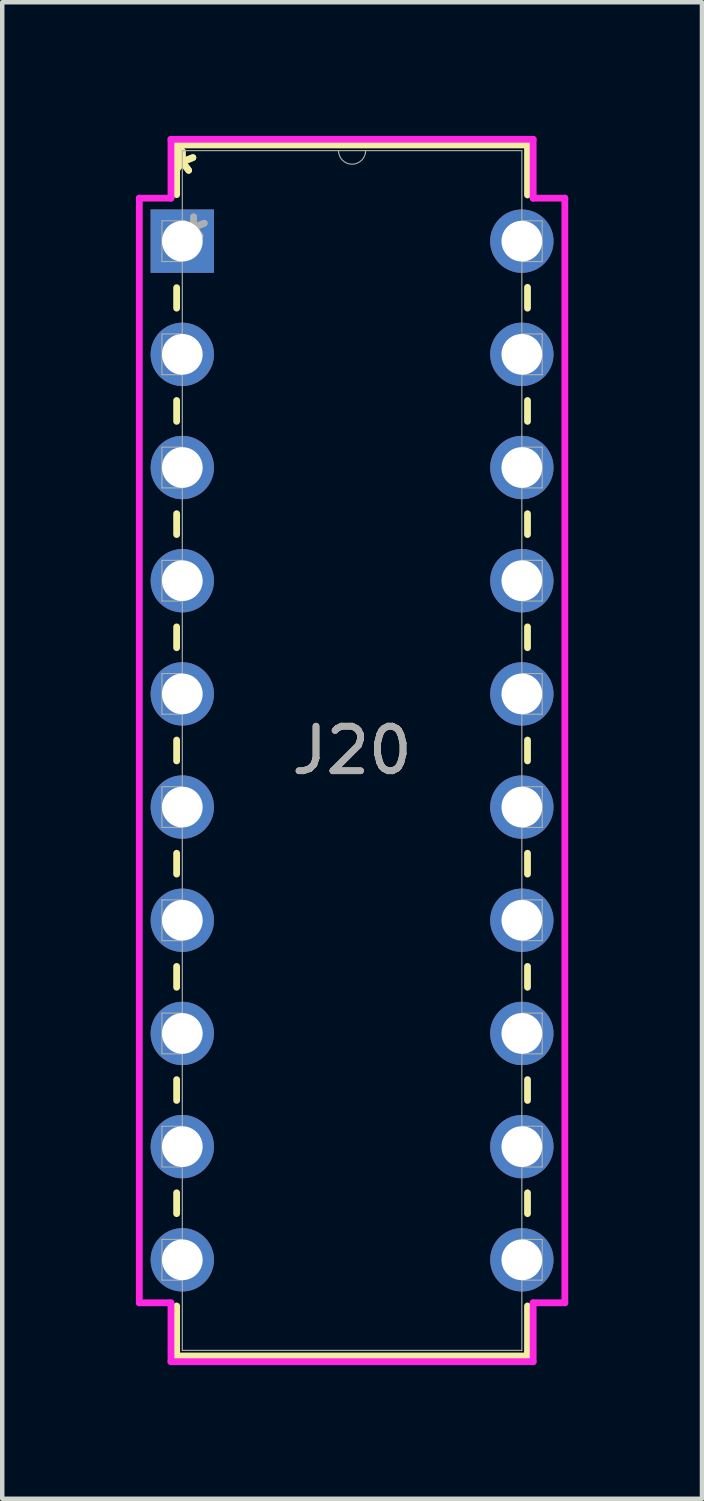
<source format=kicad_pcb>
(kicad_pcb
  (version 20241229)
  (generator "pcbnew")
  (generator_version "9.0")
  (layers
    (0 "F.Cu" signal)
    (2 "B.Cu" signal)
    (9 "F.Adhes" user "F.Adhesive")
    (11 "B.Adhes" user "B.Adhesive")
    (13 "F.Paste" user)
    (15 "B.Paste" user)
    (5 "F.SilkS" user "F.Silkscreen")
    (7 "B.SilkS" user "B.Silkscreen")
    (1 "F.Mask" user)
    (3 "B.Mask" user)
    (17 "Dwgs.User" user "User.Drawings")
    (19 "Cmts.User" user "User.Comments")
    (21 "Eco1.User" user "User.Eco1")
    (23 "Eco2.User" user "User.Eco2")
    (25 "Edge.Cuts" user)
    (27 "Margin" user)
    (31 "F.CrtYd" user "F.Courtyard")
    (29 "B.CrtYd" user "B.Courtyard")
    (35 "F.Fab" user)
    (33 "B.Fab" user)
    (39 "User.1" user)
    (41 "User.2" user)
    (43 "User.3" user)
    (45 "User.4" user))
  (footprint "J20"
    (layer "F.Cu")
    (at 1.041 2.362)
    (property "Reference" "J20" (at 3.81 11.43 0) (unlocked yes) (layer "F.SilkS") (effects (font (size 1 1) (thickness 0.15))))
    (attr through_hole)
    (fp_line (start -0.127 -2.159) (end -0.127 -1.044) (stroke (width 0.152) (type solid)) (layer "F.SilkS"))
    (fp_line (start -0.127 1.044) (end -0.127 1.504) (stroke (width 0.152) (type solid)) (layer "F.SilkS"))
    (fp_line (start -0.127 3.576) (end -0.127 4.044) (stroke (width 0.152) (type solid)) (layer "F.SilkS"))
    (fp_line (start -0.127 6.116) (end -0.127 6.584) (stroke (width 0.152) (type solid)) (layer "F.SilkS"))
    (fp_line (start -0.127 8.656) (end -0.127 9.124) (stroke (width 0.152) (type solid)) (layer "F.SilkS"))
    (fp_line (start -0.127 11.196) (end -0.127 11.664) (stroke (width 0.152) (type solid)) (layer "F.SilkS"))
    (fp_line (start -0.127 13.736) (end -0.127 14.204) (stroke (width 0.152) (type solid)) (layer "F.SilkS"))
    (fp_line (start -0.127 16.276) (end -0.127 16.744) (stroke (width 0.152) (type solid)) (layer "F.SilkS"))
    (fp_line (start -0.127 18.816) (end -0.127 19.284) (stroke (width 0.152) (type solid)) (layer "F.SilkS"))
    (fp_line (start -0.127 21.356) (end -0.127 21.824) (stroke (width 0.152) (type solid)) (layer "F.SilkS"))
    (fp_line (start -0.127 23.896) (end -0.127 25.019) (stroke (width 0.152) (type solid)) (layer "F.SilkS"))
    (fp_line (start -0.127 25.019) (end 7.747 25.019) (stroke (width 0.152) (type solid)) (layer "F.SilkS"))
    (fp_line (start 7.747 -2.159) (end -0.127 -2.159) (stroke (width 0.152) (type solid)) (layer "F.SilkS"))
    (fp_line (start 7.747 -1.036) (end 7.747 -2.159) (stroke (width 0.152) (type solid)) (layer "F.SilkS"))
    (fp_line (start 7.747 1.504) (end 7.747 1.036) (stroke (width 0.152) (type solid)) (layer "F.SilkS"))
    (fp_line (start 7.747 4.044) (end 7.747 3.576) (stroke (width 0.152) (type solid)) (layer "F.SilkS"))
    (fp_line (start 7.747 6.584) (end 7.747 6.116) (stroke (width 0.152) (type solid)) (layer "F.SilkS"))
    (fp_line (start 7.747 9.124) (end 7.747 8.656) (stroke (width 0.152) (type solid)) (layer "F.SilkS"))
    (fp_line (start 7.747 11.664) (end 7.747 11.196) (stroke (width 0.152) (type solid)) (layer "F.SilkS"))
    (fp_line (start 7.747 14.204) (end 7.747 13.736) (stroke (width 0.152) (type solid)) (layer "F.SilkS"))
    (fp_line (start 7.747 16.744) (end 7.747 16.276) (stroke (width 0.152) (type solid)) (layer "F.SilkS"))
    (fp_line (start 7.747 19.284) (end 7.747 18.816) (stroke (width 0.152) (type solid)) (layer "F.SilkS"))
    (fp_line (start 7.747 21.824) (end 7.747 21.356) (stroke (width 0.152) (type solid)) (layer "F.SilkS"))
    (fp_line (start 7.747 25.019) (end 7.747 23.896) (stroke (width 0.152) (type solid)) (layer "F.SilkS"))
    (fp_line (start -0.965 -0.965) (end -0.254 -0.965) (stroke (width 0.152) (type solid)) (layer "F.CrtYd"))
    (fp_line (start -0.965 23.825) (end -0.965 -0.965) (stroke (width 0.152) (type solid)) (layer "F.CrtYd"))
    (fp_line (start -0.254 -2.286) (end 7.874 -2.286) (stroke (width 0.152) (type solid)) (layer "F.CrtYd"))
    (fp_line (start -0.254 -0.965) (end -0.254 -2.286) (stroke (width 0.152) (type solid)) (layer "F.CrtYd"))
    (fp_line (start -0.254 23.825) (end -0.965 23.825) (stroke (width 0.152) (type solid)) (layer "F.CrtYd"))
    (fp_line (start -0.254 25.146) (end -0.254 23.825) (stroke (width 0.152) (type solid)) (layer "F.CrtYd"))
    (fp_line (start 7.874 -2.286) (end 7.874 -0.965) (stroke (width 0.152) (type solid)) (layer "F.CrtYd"))
    (fp_line (start 7.874 23.825) (end 7.874 25.146) (stroke (width 0.152) (type solid)) (layer "F.CrtYd"))
    (fp_line (start 7.874 25.146) (end -0.254 25.146) (stroke (width 0.152) (type solid)) (layer "F.CrtYd"))
    (fp_line (start 8.585 -0.965) (end 7.874 -0.965) (stroke (width 0.152) (type solid)) (layer "F.CrtYd"))
    (fp_line (start 8.585 -0.965) (end 8.585 23.825) (stroke (width 0.152) (type solid)) (layer "F.CrtYd"))
    (fp_line (start 8.585 23.825) (end 7.874 23.825) (stroke (width 0.152) (type solid)) (layer "F.CrtYd"))
    (fp_line (start -0.457 -0.457) (end -0.457 0.457) (stroke (width 0.025) (type solid)) (layer "F.Fab"))
    (fp_line (start -0.457 0.457) (end 0 0.457) (stroke (width 0.025) (type solid)) (layer "F.Fab"))
    (fp_line (start -0.457 2.083) (end -0.457 2.997) (stroke (width 0.025) (type solid)) (layer "F.Fab"))
    (fp_line (start -0.457 2.997) (end 0 2.997) (stroke (width 0.025) (type solid)) (layer "F.Fab"))
    (fp_line (start -0.457 4.623) (end -0.457 5.537) (stroke (width 0.025) (type solid)) (layer "F.Fab"))
    (fp_line (start -0.457 5.537) (end 0 5.537) (stroke (width 0.025) (type solid)) (layer "F.Fab"))
    (fp_line (start -0.457 7.163) (end -0.457 8.077) (stroke (width 0.025) (type solid)) (layer "F.Fab"))
    (fp_line (start -0.457 8.077) (end 0 8.077) (stroke (width 0.025) (type solid)) (layer "F.Fab"))
    (fp_line (start -0.457 9.703) (end -0.457 10.617) (stroke (width 0.025) (type solid)) (layer "F.Fab"))
    (fp_line (start -0.457 10.617) (end 0 10.617) (stroke (width 0.025) (type solid)) (layer "F.Fab"))
    (fp_line (start -0.457 12.243) (end -0.457 13.157) (stroke (width 0.025) (type solid)) (layer "F.Fab"))
    (fp_line (start -0.457 13.157) (end 0 13.157) (stroke (width 0.025) (type solid)) (layer "F.Fab"))
    (fp_line (start -0.457 14.783) (end -0.457 15.697) (stroke (width 0.025) (type solid)) (layer "F.Fab"))
    (fp_line (start -0.457 15.697) (end 0 15.697) (stroke (width 0.025) (type solid)) (layer "F.Fab"))
    (fp_line (start -0.457 17.323) (end -0.457 18.237) (stroke (width 0.025) (type solid)) (layer "F.Fab"))
    (fp_line (start -0.457 18.237) (end 0 18.237) (stroke (width 0.025) (type solid)) (layer "F.Fab"))
    (fp_line (start -0.457 19.863) (end -0.457 20.777) (stroke (width 0.025) (type solid)) (layer "F.Fab"))
    (fp_line (start -0.457 20.777) (end 0 20.777) (stroke (width 0.025) (type solid)) (layer "F.Fab"))
    (fp_line (start -0.457 22.403) (end -0.457 23.317) (stroke (width 0.025) (type solid)) (layer "F.Fab"))
    (fp_line (start -0.457 23.317) (end 0 23.317) (stroke (width 0.025) (type solid)) (layer "F.Fab"))
    (fp_line (start 0 -2.032) (end 0 24.892) (stroke (width 0.025) (type solid)) (layer "F.Fab"))
    (fp_line (start 0 -0.457) (end -0.457 -0.457) (stroke (width 0.025) (type solid)) (layer "F.Fab"))
    (fp_line (start 0 0.457) (end 0 -0.457) (stroke (width 0.025) (type solid)) (layer "F.Fab"))
    (fp_line (start 0 2.083) (end -0.457 2.083) (stroke (width 0.025) (type solid)) (layer "F.Fab"))
    (fp_line (start 0 2.997) (end 0 2.083) (stroke (width 0.025) (type solid)) (layer "F.Fab"))
    (fp_line (start 0 4.623) (end -0.457 4.623) (stroke (width 0.025) (type solid)) (layer "F.Fab"))
    (fp_line (start 0 5.537) (end 0 4.623) (stroke (width 0.025) (type solid)) (layer "F.Fab"))
    (fp_line (start 0 7.163) (end -0.457 7.163) (stroke (width 0.025) (type solid)) (layer "F.Fab"))
    (fp_line (start 0 8.077) (end 0 7.163) (stroke (width 0.025) (type solid)) (layer "F.Fab"))
    (fp_line (start 0 9.703) (end -0.457 9.703) (stroke (width 0.025) (type solid)) (layer "F.Fab"))
    (fp_line (start 0 10.617) (end 0 9.703) (stroke (width 0.025) (type solid)) (layer "F.Fab"))
    (fp_line (start 0 12.243) (end -0.457 12.243) (stroke (width 0.025) (type solid)) (layer "F.Fab"))
    (fp_line (start 0 13.157) (end 0 12.243) (stroke (width 0.025) (type solid)) (layer "F.Fab"))
    (fp_line (start 0 14.783) (end -0.457 14.783) (stroke (width 0.025) (type solid)) (layer "F.Fab"))
    (fp_line (start 0 15.697) (end 0 14.783) (stroke (width 0.025) (type solid)) (layer "F.Fab"))
    (fp_line (start 0 17.323) (end -0.457 17.323) (stroke (width 0.025) (type solid)) (layer "F.Fab"))
    (fp_line (start 0 18.237) (end 0 17.323) (stroke (width 0.025) (type solid)) (layer "F.Fab"))
    (fp_line (start 0 19.863) (end -0.457 19.863) (stroke (width 0.025) (type solid)) (layer "F.Fab"))
    (fp_line (start 0 20.777) (end 0 19.863) (stroke (width 0.025) (type solid)) (layer "F.Fab"))
    (fp_line (start 0 22.403) (end -0.457 22.403) (stroke (width 0.025) (type solid)) (layer "F.Fab"))
    (fp_line (start 0 23.317) (end 0 22.403) (stroke (width 0.025) (type solid)) (layer "F.Fab"))
    (fp_line (start 0 24.892) (end 7.62 24.892) (stroke (width 0.025) (type solid)) (layer "F.Fab"))
    (fp_line (start 7.62 -2.032) (end 0 -2.032) (stroke (width 0.025) (type solid)) (layer "F.Fab"))
    (fp_line (start 7.62 -0.457) (end 7.62 0.457) (stroke (width 0.025) (type solid)) (layer "F.Fab"))
    (fp_line (start 7.62 0.457) (end 8.077 0.457) (stroke (width 0.025) (type solid)) (layer "F.Fab"))
    (fp_line (start 7.62 2.083) (end 7.62 2.997) (stroke (width 0.025) (type solid)) (layer "F.Fab"))
    (fp_line (start 7.62 2.997) (end 8.077 2.997) (stroke (width 0.025) (type solid)) (layer "F.Fab"))
    (fp_line (start 7.62 4.623) (end 7.62 5.537) (stroke (width 0.025) (type solid)) (layer "F.Fab"))
    (fp_line (start 7.62 5.537) (end 8.077 5.537) (stroke (width 0.025) (type solid)) (layer "F.Fab"))
    (fp_line (start 7.62 7.163) (end 7.62 8.077) (stroke (width 0.025) (type solid)) (layer "F.Fab"))
    (fp_line (start 7.62 8.077) (end 8.077 8.077) (stroke (width 0.025) (type solid)) (layer "F.Fab"))
    (fp_line (start 7.62 9.703) (end 7.62 10.617) (stroke (width 0.025) (type solid)) (layer "F.Fab"))
    (fp_line (start 7.62 10.617) (end 8.077 10.617) (stroke (width 0.025) (type solid)) (layer "F.Fab"))
    (fp_line (start 7.62 12.243) (end 7.62 13.157) (stroke (width 0.025) (type solid)) (layer "F.Fab"))
    (fp_line (start 7.62 13.157) (end 8.077 13.157) (stroke (width 0.025) (type solid)) (layer "F.Fab"))
    (fp_line (start 7.62 14.783) (end 7.62 15.697) (stroke (width 0.025) (type solid)) (layer "F.Fab"))
    (fp_line (start 7.62 15.697) (end 8.077 15.697) (stroke (width 0.025) (type solid)) (layer "F.Fab"))
    (fp_line (start 7.62 17.323) (end 7.62 18.237) (stroke (width 0.025) (type solid)) (layer "F.Fab"))
    (fp_line (start 7.62 18.237) (end 8.077 18.237) (stroke (width 0.025) (type solid)) (layer "F.Fab"))
    (fp_line (start 7.62 19.863) (end 7.62 20.777) (stroke (width 0.025) (type solid)) (layer "F.Fab"))
    (fp_line (start 7.62 20.777) (end 8.077 20.777) (stroke (width 0.025) (type solid)) (layer "F.Fab"))
    (fp_line (start 7.62 22.403) (end 7.62 23.317) (stroke (width 0.025) (type solid)) (layer "F.Fab"))
    (fp_line (start 7.62 23.317) (end 8.077 23.317) (stroke (width 0.025) (type solid)) (layer "F.Fab"))
    (fp_line (start 7.62 24.892) (end 7.62 -2.032) (stroke (width 0.025) (type solid)) (layer "F.Fab"))
    (fp_line (start 8.077 -0.457) (end 7.62 -0.457) (stroke (width 0.025) (type solid)) (layer "F.Fab"))
    (fp_line (start 8.077 0.457) (end 8.077 -0.457) (stroke (width 0.025) (type solid)) (layer "F.Fab"))
    (fp_line (start 8.077 2.083) (end 7.62 2.083) (stroke (width 0.025) (type solid)) (layer "F.Fab"))
    (fp_line (start 8.077 2.997) (end 8.077 2.083) (stroke (width 0.025) (type solid)) (layer "F.Fab"))
    (fp_line (start 8.077 4.623) (end 7.62 4.623) (stroke (width 0.025) (type solid)) (layer "F.Fab"))
    (fp_line (start 8.077 5.537) (end 8.077 4.623) (stroke (width 0.025) (type solid)) (layer "F.Fab"))
    (fp_line (start 8.077 7.163) (end 7.62 7.163) (stroke (width 0.025) (type solid)) (layer "F.Fab"))
    (fp_line (start 8.077 8.077) (end 8.077 7.163) (stroke (width 0.025) (type solid)) (layer "F.Fab"))
    (fp_line (start 8.077 9.703) (end 7.62 9.703) (stroke (width 0.025) (type solid)) (layer "F.Fab"))
    (fp_line (start 8.077 10.617) (end 8.077 9.703) (stroke (width 0.025) (type solid)) (layer "F.Fab"))
    (fp_line (start 8.077 12.243) (end 7.62 12.243) (stroke (width 0.025) (type solid)) (layer "F.Fab"))
    (fp_line (start 8.077 13.157) (end 8.077 12.243) (stroke (width 0.025) (type solid)) (layer "F.Fab"))
    (fp_line (start 8.077 14.783) (end 7.62 14.783) (stroke (width 0.025) (type solid)) (layer "F.Fab"))
    (fp_line (start 8.077 15.697) (end 8.077 14.783) (stroke (width 0.025) (type solid)) (layer "F.Fab"))
    (fp_line (start 8.077 17.323) (end 7.62 17.323) (stroke (width 0.025) (type solid)) (layer "F.Fab"))
    (fp_line (start 8.077 18.237) (end 8.077 17.323) (stroke (width 0.025) (type solid)) (layer "F.Fab"))
    (fp_line (start 8.077 19.863) (end 7.62 19.863) (stroke (width 0.025) (type solid)) (layer "F.Fab"))
    (fp_line (start 8.077 20.777) (end 8.077 19.863) (stroke (width 0.025) (type solid)) (layer "F.Fab"))
    (fp_line (start 8.077 22.403) (end 7.62 22.403) (stroke (width 0.025) (type solid)) (layer "F.Fab"))
    (fp_line (start 8.077 23.317) (end 8.077 22.403) (stroke (width 0.025) (type solid)) (layer "F.Fab"))
    (fp_arc (start 4.1148 -2.032) (mid 3.81 -1.7272) (end 3.5052 -2.032) (stroke (width 0.0254) (type solid)) (layer "F.Fab"))
    (fp_text user "*" (at 0 -1.473 0) (layer "F.SilkS") (effects (font (size 1 1) (thickness 0.15))))
    (fp_text user "*" (at 0 -1.473 0) (unlocked yes) (layer "F.SilkS") (effects (font (size 1 1) (thickness 0.15))))
    (fp_text user "${REFERENCE}" (at 3.81 11.43 0) (unlocked yes) (layer "F.Fab") (effects (font (size 1 1) (thickness 0.15))))
    (fp_text user "*" (at 0.254 0 0) (unlocked yes) (layer "F.Fab") (effects (font (size 1 1) (thickness 0.15))))
    (fp_text user "*" (at 0.254 0 0) (layer "F.Fab") (effects (font (size 1 1) (thickness 0.15))))
    (pad "1" thru_hole rect (at 0 0) (size 1.422 1.422) (drill 0.914) (layers "*.Cu" "*.Mask"))
    (pad "2" thru_hole circle (at 0 2.54) (size 1.422 1.422) (drill 0.914) (layers "*.Cu" "*.Mask"))
    (pad "3" thru_hole circle (at 0 5.08) (size 1.422 1.422) (drill 0.914) (layers "*.Cu" "*.Mask"))
    (pad "4" thru_hole circle (at 0 7.62) (size 1.422 1.422) (drill 0.914) (layers "*.Cu" "*.Mask"))
    (pad "5" thru_hole circle (at 0 10.16) (size 1.422 1.422) (drill 0.914) (layers "*.Cu" "*.Mask"))
    (pad "6" thru_hole circle (at 0 12.7) (size 1.422 1.422) (drill 0.914) (layers "*.Cu" "*.Mask"))
    (pad "7" thru_hole circle (at 0 15.24) (size 1.422 1.422) (drill 0.914) (layers "*.Cu" "*.Mask"))
    (pad "8" thru_hole circle (at 0 17.78) (size 1.422 1.422) (drill 0.914) (layers "*.Cu" "*.Mask"))
    (pad "9" thru_hole circle (at 0 20.32) (size 1.422 1.422) (drill 0.914) (layers "*.Cu" "*.Mask"))
    (pad "10" thru_hole circle (at 0 22.86) (size 1.422 1.422) (drill 0.914) (layers "*.Cu" "*.Mask"))
    (pad "11" thru_hole circle (at 7.62 22.86) (size 1.422 1.422) (drill 0.914) (layers "*.Cu" "*.Mask"))
    (pad "12" thru_hole circle (at 7.62 20.32) (size 1.422 1.422) (drill 0.914) (layers "*.Cu" "*.Mask"))
    (pad "13" thru_hole circle (at 7.62 17.78) (size 1.422 1.422) (drill 0.914) (layers "*.Cu" "*.Mask"))
    (pad "14" thru_hole circle (at 7.62 15.24) (size 1.422 1.422) (drill 0.914) (layers "*.Cu" "*.Mask"))
    (pad "15" thru_hole circle (at 7.62 12.7) (size 1.422 1.422) (drill 0.914) (layers "*.Cu" "*.Mask"))
    (pad "16" thru_hole circle (at 7.62 10.16) (size 1.422 1.422) (drill 0.914) (layers "*.Cu" "*.Mask"))
    (pad "17" thru_hole circle (at 7.62 7.62) (size 1.422 1.422) (drill 0.914) (layers "*.Cu" "*.Mask"))
    (pad "18" thru_hole circle (at 7.62 5.08) (size 1.422 1.422) (drill 0.914) (layers "*.Cu" "*.Mask"))
    (pad "19" thru_hole circle (at 7.62 2.54) (size 1.422 1.422) (drill 0.914) (layers "*.Cu" "*.Mask"))
    (pad "20" thru_hole circle (at 7.62 0) (size 1.422 1.422) (drill 0.914) (layers "*.Cu" "*.Mask")))
  (gr_rect
    (start -3 -3)
    (end 12.703 30.584)
    (stroke (width 0.1) (type default))
    (fill no)
    (layer "Edge.Cuts")))
</source>
